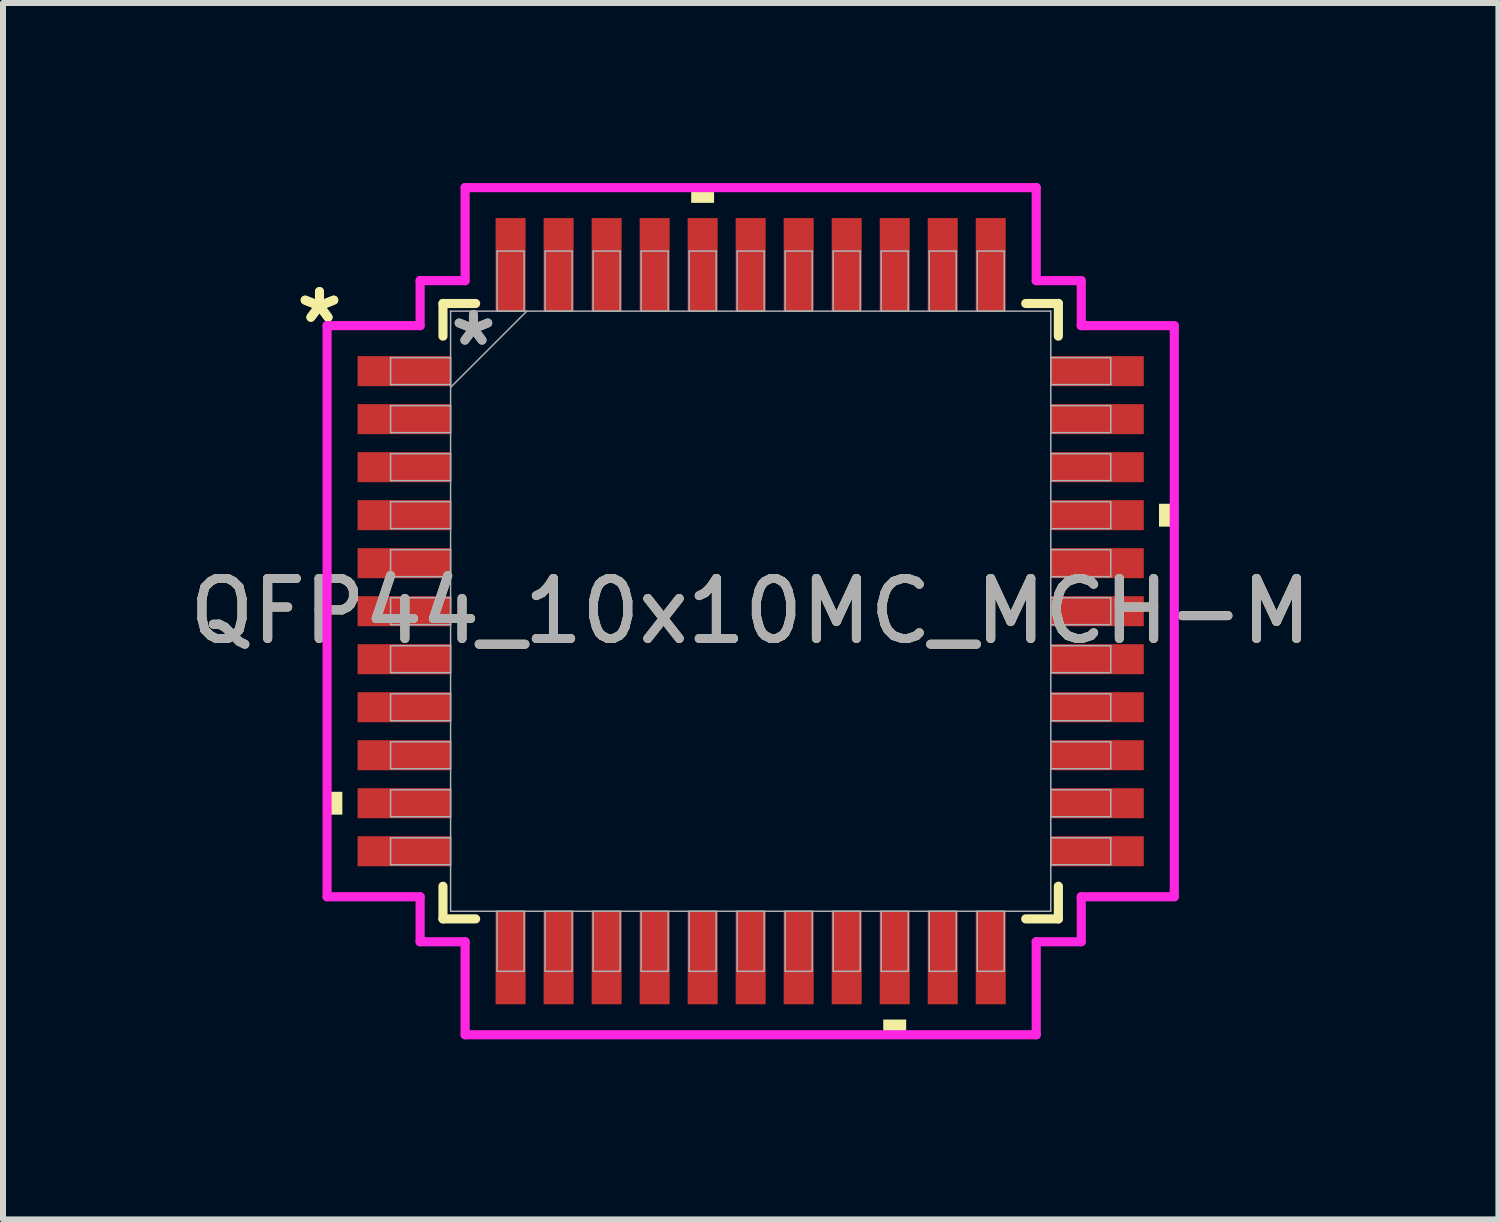
<source format=kicad_pcb>
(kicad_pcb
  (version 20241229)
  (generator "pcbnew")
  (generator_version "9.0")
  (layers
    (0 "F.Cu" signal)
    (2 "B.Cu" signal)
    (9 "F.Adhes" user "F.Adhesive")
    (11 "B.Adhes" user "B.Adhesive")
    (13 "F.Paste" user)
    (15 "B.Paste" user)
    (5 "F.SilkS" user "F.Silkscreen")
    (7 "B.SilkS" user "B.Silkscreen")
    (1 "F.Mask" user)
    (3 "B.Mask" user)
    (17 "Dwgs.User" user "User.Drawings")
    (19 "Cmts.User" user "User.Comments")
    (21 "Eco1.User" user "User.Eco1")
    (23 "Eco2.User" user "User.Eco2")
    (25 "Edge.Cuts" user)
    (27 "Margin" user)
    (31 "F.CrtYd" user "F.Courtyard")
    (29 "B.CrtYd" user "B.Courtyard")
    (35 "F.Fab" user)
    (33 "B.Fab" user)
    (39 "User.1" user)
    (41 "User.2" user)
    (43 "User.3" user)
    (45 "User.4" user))
  (footprint "QFP44_10x10MC_MCH-M"
    (layer "F.Cu")
    (at 9.458 7.134)
    (property "Reference" "QFP44_10x10MC_MCH-M" (at 0 0 0) (unlocked yes) (layer "F.SilkS") (effects (font (size 1 1) (thickness 0.15))))
    (attr smd)
    (fp_line (start -5.127 -5.127) (end -5.127 -4.583) (stroke (width 0.152) (type solid)) (layer "F.SilkS"))
    (fp_line (start -5.127 4.583) (end -5.127 5.127) (stroke (width 0.152) (type solid)) (layer "F.SilkS"))
    (fp_line (start -5.127 5.127) (end -4.583 5.127) (stroke (width 0.152) (type solid)) (layer "F.SilkS"))
    (fp_line (start -4.583 -5.127) (end -5.127 -5.127) (stroke (width 0.152) (type solid)) (layer "F.SilkS"))
    (fp_line (start 4.583 5.127) (end 5.127 5.127) (stroke (width 0.152) (type solid)) (layer "F.SilkS"))
    (fp_line (start 5.127 -5.127) (end 4.583 -5.127) (stroke (width 0.152) (type solid)) (layer "F.SilkS"))
    (fp_line (start 5.127 -4.583) (end 5.127 -5.127) (stroke (width 0.152) (type solid)) (layer "F.SilkS"))
    (fp_line (start 5.127 5.127) (end 5.127 4.583) (stroke (width 0.152) (type solid)) (layer "F.SilkS"))
    (fp_poly (pts (xy -7.058 3.009) (xy -7.058 3.39) (xy -6.804 3.39) (xy -6.804 3.009)) (stroke (width 0) (type solid)) (fill yes) (layer "F.SilkS"))
    (fp_poly (pts (xy -0.991 -6.804) (xy -0.991 -7.058) (xy -0.61 -7.058) (xy -0.61 -6.804)) (stroke (width 0) (type solid)) (fill yes) (layer "F.SilkS"))
    (fp_poly (pts (xy 2.209 6.804) (xy 2.209 7.058) (xy 2.591 7.058) (xy 2.591 6.804)) (stroke (width 0) (type solid)) (fill yes) (layer "F.SilkS"))
    (fp_poly (pts (xy 7.058 -1.79) (xy 7.058 -1.409) (xy 6.804 -1.409) (xy 6.804 -1.79)) (stroke (width 0) (type solid)) (fill yes) (layer "F.SilkS"))
    (fp_line (start -7.058 -4.758) (end -5.508 -4.758) (stroke (width 0.152) (type solid)) (layer "F.CrtYd"))
    (fp_line (start -7.058 4.758) (end -7.058 -4.758) (stroke (width 0.152) (type solid)) (layer "F.CrtYd"))
    (fp_line (start -5.508 -5.508) (end -4.758 -5.508) (stroke (width 0.152) (type solid)) (layer "F.CrtYd"))
    (fp_line (start -5.508 -4.758) (end -5.508 -5.508) (stroke (width 0.152) (type solid)) (layer "F.CrtYd"))
    (fp_line (start -5.508 4.758) (end -7.058 4.758) (stroke (width 0.152) (type solid)) (layer "F.CrtYd"))
    (fp_line (start -5.508 5.508) (end -5.508 4.758) (stroke (width 0.152) (type solid)) (layer "F.CrtYd"))
    (fp_line (start -5.508 5.508) (end -4.758 5.508) (stroke (width 0.152) (type solid)) (layer "F.CrtYd"))
    (fp_line (start -4.758 -7.058) (end 4.758 -7.058) (stroke (width 0.152) (type solid)) (layer "F.CrtYd"))
    (fp_line (start -4.758 -5.508) (end -4.758 -7.058) (stroke (width 0.152) (type solid)) (layer "F.CrtYd"))
    (fp_line (start -4.758 5.508) (end -4.758 7.058) (stroke (width 0.152) (type solid)) (layer "F.CrtYd"))
    (fp_line (start -4.758 7.058) (end 4.758 7.058) (stroke (width 0.152) (type solid)) (layer "F.CrtYd"))
    (fp_line (start 4.758 -7.058) (end 4.758 -5.508) (stroke (width 0.152) (type solid)) (layer "F.CrtYd"))
    (fp_line (start 4.758 -5.508) (end 5.508 -5.508) (stroke (width 0.152) (type solid)) (layer "F.CrtYd"))
    (fp_line (start 4.758 5.508) (end 5.508 5.508) (stroke (width 0.152) (type solid)) (layer "F.CrtYd"))
    (fp_line (start 4.758 7.058) (end 4.758 5.508) (stroke (width 0.152) (type solid)) (layer "F.CrtYd"))
    (fp_line (start 5.508 -4.758) (end 5.508 -5.508) (stroke (width 0.152) (type solid)) (layer "F.CrtYd"))
    (fp_line (start 5.508 4.758) (end 7.058 4.758) (stroke (width 0.152) (type solid)) (layer "F.CrtYd"))
    (fp_line (start 5.508 5.508) (end 5.508 4.758) (stroke (width 0.152) (type solid)) (layer "F.CrtYd"))
    (fp_line (start 7.058 -4.758) (end 5.508 -4.758) (stroke (width 0.152) (type solid)) (layer "F.CrtYd"))
    (fp_line (start 7.058 4.758) (end 7.058 -4.758) (stroke (width 0.152) (type solid)) (layer "F.CrtYd"))
    (fp_line (start -6 -4.225) (end -6 -3.775) (stroke (width 0.025) (type solid)) (layer "F.Fab"))
    (fp_line (start -6 -3.775) (end -5 -3.775) (stroke (width 0.025) (type solid)) (layer "F.Fab"))
    (fp_line (start -6 -3.425) (end -6 -2.975) (stroke (width 0.025) (type solid)) (layer "F.Fab"))
    (fp_line (start -6 -2.975) (end -5 -2.975) (stroke (width 0.025) (type solid)) (layer "F.Fab"))
    (fp_line (start -6 -2.625) (end -6 -2.175) (stroke (width 0.025) (type solid)) (layer "F.Fab"))
    (fp_line (start -6 -2.175) (end -5 -2.175) (stroke (width 0.025) (type solid)) (layer "F.Fab"))
    (fp_line (start -6 -1.825) (end -6 -1.375) (stroke (width 0.025) (type solid)) (layer "F.Fab"))
    (fp_line (start -6 -1.375) (end -5 -1.375) (stroke (width 0.025) (type solid)) (layer "F.Fab"))
    (fp_line (start -6 -1.025) (end -6 -0.575) (stroke (width 0.025) (type solid)) (layer "F.Fab"))
    (fp_line (start -6 -0.575) (end -5 -0.575) (stroke (width 0.025) (type solid)) (layer "F.Fab"))
    (fp_line (start -6 -0.225) (end -6 0.225) (stroke (width 0.025) (type solid)) (layer "F.Fab"))
    (fp_line (start -6 0.225) (end -5 0.225) (stroke (width 0.025) (type solid)) (layer "F.Fab"))
    (fp_line (start -6 0.575) (end -6 1.025) (stroke (width 0.025) (type solid)) (layer "F.Fab"))
    (fp_line (start -6 1.025) (end -5 1.025) (stroke (width 0.025) (type solid)) (layer "F.Fab"))
    (fp_line (start -6 1.375) (end -6 1.825) (stroke (width 0.025) (type solid)) (layer "F.Fab"))
    (fp_line (start -6 1.825) (end -5 1.825) (stroke (width 0.025) (type solid)) (layer "F.Fab"))
    (fp_line (start -6 2.175) (end -6 2.625) (stroke (width 0.025) (type solid)) (layer "F.Fab"))
    (fp_line (start -6 2.625) (end -5 2.625) (stroke (width 0.025) (type solid)) (layer "F.Fab"))
    (fp_line (start -6 2.975) (end -6 3.425) (stroke (width 0.025) (type solid)) (layer "F.Fab"))
    (fp_line (start -6 3.425) (end -5 3.425) (stroke (width 0.025) (type solid)) (layer "F.Fab"))
    (fp_line (start -6 3.775) (end -6 4.225) (stroke (width 0.025) (type solid)) (layer "F.Fab"))
    (fp_line (start -6 4.225) (end -5 4.225) (stroke (width 0.025) (type solid)) (layer "F.Fab"))
    (fp_line (start -5 -5) (end -5 5) (stroke (width 0.025) (type solid)) (layer "F.Fab"))
    (fp_line (start -5 -4.225) (end -6 -4.225) (stroke (width 0.025) (type solid)) (layer "F.Fab"))
    (fp_line (start -5 -3.775) (end -5 -4.225) (stroke (width 0.025) (type solid)) (layer "F.Fab"))
    (fp_line (start -5 -3.73) (end -3.73 -5) (stroke (width 0.025) (type solid)) (layer "F.Fab"))
    (fp_line (start -5 -3.425) (end -6 -3.425) (stroke (width 0.025) (type solid)) (layer "F.Fab"))
    (fp_line (start -5 -2.975) (end -5 -3.425) (stroke (width 0.025) (type solid)) (layer "F.Fab"))
    (fp_line (start -5 -2.625) (end -6 -2.625) (stroke (width 0.025) (type solid)) (layer "F.Fab"))
    (fp_line (start -5 -2.175) (end -5 -2.625) (stroke (width 0.025) (type solid)) (layer "F.Fab"))
    (fp_line (start -5 -1.825) (end -6 -1.825) (stroke (width 0.025) (type solid)) (layer "F.Fab"))
    (fp_line (start -5 -1.375) (end -5 -1.825) (stroke (width 0.025) (type solid)) (layer "F.Fab"))
    (fp_line (start -5 -1.025) (end -6 -1.025) (stroke (width 0.025) (type solid)) (layer "F.Fab"))
    (fp_line (start -5 -0.575) (end -5 -1.025) (stroke (width 0.025) (type solid)) (layer "F.Fab"))
    (fp_line (start -5 -0.225) (end -6 -0.225) (stroke (width 0.025) (type solid)) (layer "F.Fab"))
    (fp_line (start -5 0.225) (end -5 -0.225) (stroke (width 0.025) (type solid)) (layer "F.Fab"))
    (fp_line (start -5 0.575) (end -6 0.575) (stroke (width 0.025) (type solid)) (layer "F.Fab"))
    (fp_line (start -5 1.025) (end -5 0.575) (stroke (width 0.025) (type solid)) (layer "F.Fab"))
    (fp_line (start -5 1.375) (end -6 1.375) (stroke (width 0.025) (type solid)) (layer "F.Fab"))
    (fp_line (start -5 1.825) (end -5 1.375) (stroke (width 0.025) (type solid)) (layer "F.Fab"))
    (fp_line (start -5 2.175) (end -6 2.175) (stroke (width 0.025) (type solid)) (layer "F.Fab"))
    (fp_line (start -5 2.625) (end -5 2.175) (stroke (width 0.025) (type solid)) (layer "F.Fab"))
    (fp_line (start -5 2.975) (end -6 2.975) (stroke (width 0.025) (type solid)) (layer "F.Fab"))
    (fp_line (start -5 3.425) (end -5 2.975) (stroke (width 0.025) (type solid)) (layer "F.Fab"))
    (fp_line (start -5 3.775) (end -6 3.775) (stroke (width 0.025) (type solid)) (layer "F.Fab"))
    (fp_line (start -5 4.225) (end -5 3.775) (stroke (width 0.025) (type solid)) (layer "F.Fab"))
    (fp_line (start -5 5) (end 5 5) (stroke (width 0.025) (type solid)) (layer "F.Fab"))
    (fp_line (start -4.225 5) (end -4.225 6) (stroke (width 0.025) (type solid)) (layer "F.Fab"))
    (fp_line (start -4.225 6) (end -3.775 6) (stroke (width 0.025) (type solid)) (layer "F.Fab"))
    (fp_line (start -4.225 -6) (end -4.225 -5) (stroke (width 0.025) (type solid)) (layer "F.Fab"))
    (fp_line (start -4.225 -5) (end -3.775 -5) (stroke (width 0.025) (type solid)) (layer "F.Fab"))
    (fp_line (start -3.775 5) (end -4.225 5) (stroke (width 0.025) (type solid)) (layer "F.Fab"))
    (fp_line (start -3.775 6) (end -3.775 5) (stroke (width 0.025) (type solid)) (layer "F.Fab"))
    (fp_line (start -3.775 -6) (end -4.225 -6) (stroke (width 0.025) (type solid)) (layer "F.Fab"))
    (fp_line (start -3.775 -5) (end -3.775 -6) (stroke (width 0.025) (type solid)) (layer "F.Fab"))
    (fp_line (start -3.425 -6) (end -3.425 -5) (stroke (width 0.025) (type solid)) (layer "F.Fab"))
    (fp_line (start -3.425 -5) (end -2.975 -5) (stroke (width 0.025) (type solid)) (layer "F.Fab"))
    (fp_line (start -3.425 5) (end -3.425 6) (stroke (width 0.025) (type solid)) (layer "F.Fab"))
    (fp_line (start -3.425 6) (end -2.975 6) (stroke (width 0.025) (type solid)) (layer "F.Fab"))
    (fp_line (start -2.975 5) (end -3.425 5) (stroke (width 0.025) (type solid)) (layer "F.Fab"))
    (fp_line (start -2.975 6) (end -2.975 5) (stroke (width 0.025) (type solid)) (layer "F.Fab"))
    (fp_line (start -2.975 -6) (end -3.425 -6) (stroke (width 0.025) (type solid)) (layer "F.Fab"))
    (fp_line (start -2.975 -5) (end -2.975 -6) (stroke (width 0.025) (type solid)) (layer "F.Fab"))
    (fp_line (start -2.625 -6) (end -2.625 -5) (stroke (width 0.025) (type solid)) (layer "F.Fab"))
    (fp_line (start -2.625 -5) (end -2.175 -5) (stroke (width 0.025) (type solid)) (layer "F.Fab"))
    (fp_line (start -2.625 5) (end -2.625 6) (stroke (width 0.025) (type solid)) (layer "F.Fab"))
    (fp_line (start -2.625 6) (end -2.175 6) (stroke (width 0.025) (type solid)) (layer "F.Fab"))
    (fp_line (start -2.175 -6) (end -2.625 -6) (stroke (width 0.025) (type solid)) (layer "F.Fab"))
    (fp_line (start -2.175 -5) (end -2.175 -6) (stroke (width 0.025) (type solid)) (layer "F.Fab"))
    (fp_line (start -2.175 5) (end -2.625 5) (stroke (width 0.025) (type solid)) (layer "F.Fab"))
    (fp_line (start -2.175 6) (end -2.175 5) (stroke (width 0.025) (type solid)) (layer "F.Fab"))
    (fp_line (start -1.825 -6) (end -1.825 -5) (stroke (width 0.025) (type solid)) (layer "F.Fab"))
    (fp_line (start -1.825 -5) (end -1.375 -5) (stroke (width 0.025) (type solid)) (layer "F.Fab"))
    (fp_line (start -1.825 5) (end -1.825 6) (stroke (width 0.025) (type solid)) (layer "F.Fab"))
    (fp_line (start -1.825 6) (end -1.375 6) (stroke (width 0.025) (type solid)) (layer "F.Fab"))
    (fp_line (start -1.375 -6) (end -1.825 -6) (stroke (width 0.025) (type solid)) (layer "F.Fab"))
    (fp_line (start -1.375 -5) (end -1.375 -6) (stroke (width 0.025) (type solid)) (layer "F.Fab"))
    (fp_line (start -1.375 5) (end -1.825 5) (stroke (width 0.025) (type solid)) (layer "F.Fab"))
    (fp_line (start -1.375 6) (end -1.375 5) (stroke (width 0.025) (type solid)) (layer "F.Fab"))
    (fp_line (start -1.025 -6) (end -1.025 -5) (stroke (width 0.025) (type solid)) (layer "F.Fab"))
    (fp_line (start -1.025 -5) (end -0.575 -5) (stroke (width 0.025) (type solid)) (layer "F.Fab"))
    (fp_line (start -1.025 5) (end -1.025 6) (stroke (width 0.025) (type solid)) (layer "F.Fab"))
    (fp_line (start -1.025 6) (end -0.575 6) (stroke (width 0.025) (type solid)) (layer "F.Fab"))
    (fp_line (start -0.575 -6) (end -1.025 -6) (stroke (width 0.025) (type solid)) (layer "F.Fab"))
    (fp_line (start -0.575 -5) (end -0.575 -6) (stroke (width 0.025) (type solid)) (layer "F.Fab"))
    (fp_line (start -0.575 5) (end -1.025 5) (stroke (width 0.025) (type solid)) (layer "F.Fab"))
    (fp_line (start -0.575 6) (end -0.575 5) (stroke (width 0.025) (type solid)) (layer "F.Fab"))
    (fp_line (start -0.225 -6) (end -0.225 -5) (stroke (width 0.025) (type solid)) (layer "F.Fab"))
    (fp_line (start -0.225 -5) (end 0.225 -5) (stroke (width 0.025) (type solid)) (layer "F.Fab"))
    (fp_line (start -0.225 5) (end -0.225 6) (stroke (width 0.025) (type solid)) (layer "F.Fab"))
    (fp_line (start -0.225 6) (end 0.225 6) (stroke (width 0.025) (type solid)) (layer "F.Fab"))
    (fp_line (start 0.225 -6) (end -0.225 -6) (stroke (width 0.025) (type solid)) (layer "F.Fab"))
    (fp_line (start 0.225 -5) (end 0.225 -6) (stroke (width 0.025) (type solid)) (layer "F.Fab"))
    (fp_line (start 0.225 5) (end -0.225 5) (stroke (width 0.025) (type solid)) (layer "F.Fab"))
    (fp_line (start 0.225 6) (end 0.225 5) (stroke (width 0.025) (type solid)) (layer "F.Fab"))
    (fp_line (start 0.575 -6) (end 0.575 -5) (stroke (width 0.025) (type solid)) (layer "F.Fab"))
    (fp_line (start 0.575 -5) (end 1.025 -5) (stroke (width 0.025) (type solid)) (layer "F.Fab"))
    (fp_line (start 0.575 5) (end 0.575 6) (stroke (width 0.025) (type solid)) (layer "F.Fab"))
    (fp_line (start 0.575 6) (end 1.025 6) (stroke (width 0.025) (type solid)) (layer "F.Fab"))
    (fp_line (start 1.025 -6) (end 0.575 -6) (stroke (width 0.025) (type solid)) (layer "F.Fab"))
    (fp_line (start 1.025 -5) (end 1.025 -6) (stroke (width 0.025) (type solid)) (layer "F.Fab"))
    (fp_line (start 1.025 5) (end 0.575 5) (stroke (width 0.025) (type solid)) (layer "F.Fab"))
    (fp_line (start 1.025 6) (end 1.025 5) (stroke (width 0.025) (type solid)) (layer "F.Fab"))
    (fp_line (start 1.375 -6) (end 1.375 -5) (stroke (width 0.025) (type solid)) (layer "F.Fab"))
    (fp_line (start 1.375 -5) (end 1.825 -5) (stroke (width 0.025) (type solid)) (layer "F.Fab"))
    (fp_line (start 1.375 5) (end 1.375 6) (stroke (width 0.025) (type solid)) (layer "F.Fab"))
    (fp_line (start 1.375 6) (end 1.825 6) (stroke (width 0.025) (type solid)) (layer "F.Fab"))
    (fp_line (start 1.825 -6) (end 1.375 -6) (stroke (width 0.025) (type solid)) (layer "F.Fab"))
    (fp_line (start 1.825 -5) (end 1.825 -6) (stroke (width 0.025) (type solid)) (layer "F.Fab"))
    (fp_line (start 1.825 5) (end 1.375 5) (stroke (width 0.025) (type solid)) (layer "F.Fab"))
    (fp_line (start 1.825 6) (end 1.825 5) (stroke (width 0.025) (type solid)) (layer "F.Fab"))
    (fp_line (start 2.175 -6) (end 2.175 -5) (stroke (width 0.025) (type solid)) (layer "F.Fab"))
    (fp_line (start 2.175 -5) (end 2.625 -5) (stroke (width 0.025) (type solid)) (layer "F.Fab"))
    (fp_line (start 2.175 5) (end 2.175 6) (stroke (width 0.025) (type solid)) (layer "F.Fab"))
    (fp_line (start 2.175 6) (end 2.625 6) (stroke (width 0.025) (type solid)) (layer "F.Fab"))
    (fp_line (start 2.625 -6) (end 2.175 -6) (stroke (width 0.025) (type solid)) (layer "F.Fab"))
    (fp_line (start 2.625 -5) (end 2.625 -6) (stroke (width 0.025) (type solid)) (layer "F.Fab"))
    (fp_line (start 2.625 5) (end 2.175 5) (stroke (width 0.025) (type solid)) (layer "F.Fab"))
    (fp_line (start 2.625 6) (end 2.625 5) (stroke (width 0.025) (type solid)) (layer "F.Fab"))
    (fp_line (start 2.975 5) (end 2.975 6) (stroke (width 0.025) (type solid)) (layer "F.Fab"))
    (fp_line (start 2.975 6) (end 3.425 6) (stroke (width 0.025) (type solid)) (layer "F.Fab"))
    (fp_line (start 2.975 -6) (end 2.975 -5) (stroke (width 0.025) (type solid)) (layer "F.Fab"))
    (fp_line (start 2.975 -5) (end 3.425 -5) (stroke (width 0.025) (type solid)) (layer "F.Fab"))
    (fp_line (start 3.425 -6) (end 2.975 -6) (stroke (width 0.025) (type solid)) (layer "F.Fab"))
    (fp_line (start 3.425 -5) (end 3.425 -6) (stroke (width 0.025) (type solid)) (layer "F.Fab"))
    (fp_line (start 3.425 5) (end 2.975 5) (stroke (width 0.025) (type solid)) (layer "F.Fab"))
    (fp_line (start 3.425 6) (end 3.425 5) (stroke (width 0.025) (type solid)) (layer "F.Fab"))
    (fp_line (start 3.775 5) (end 3.775 6) (stroke (width 0.025) (type solid)) (layer "F.Fab"))
    (fp_line (start 3.775 6) (end 4.225 6) (stroke (width 0.025) (type solid)) (layer "F.Fab"))
    (fp_line (start 3.775 -6) (end 3.775 -5) (stroke (width 0.025) (type solid)) (layer "F.Fab"))
    (fp_line (start 3.775 -5) (end 4.225 -5) (stroke (width 0.025) (type solid)) (layer "F.Fab"))
    (fp_line (start 4.225 5) (end 3.775 5) (stroke (width 0.025) (type solid)) (layer "F.Fab"))
    (fp_line (start 4.225 6) (end 4.225 5) (stroke (width 0.025) (type solid)) (layer "F.Fab"))
    (fp_line (start 4.225 -6) (end 3.775 -6) (stroke (width 0.025) (type solid)) (layer "F.Fab"))
    (fp_line (start 4.225 -5) (end 4.225 -6) (stroke (width 0.025) (type solid)) (layer "F.Fab"))
    (fp_line (start 5 -5) (end -5 -5) (stroke (width 0.025) (type solid)) (layer "F.Fab"))
    (fp_line (start 5 -4.225) (end 5 -3.775) (stroke (width 0.025) (type solid)) (layer "F.Fab"))
    (fp_line (start 5 -3.775) (end 6 -3.775) (stroke (width 0.025) (type solid)) (layer "F.Fab"))
    (fp_line (start 5 -3.425) (end 5 -2.975) (stroke (width 0.025) (type solid)) (layer "F.Fab"))
    (fp_line (start 5 -2.975) (end 6 -2.975) (stroke (width 0.025) (type solid)) (layer "F.Fab"))
    (fp_line (start 5 -2.625) (end 5 -2.175) (stroke (width 0.025) (type solid)) (layer "F.Fab"))
    (fp_line (start 5 -2.175) (end 6 -2.175) (stroke (width 0.025) (type solid)) (layer "F.Fab"))
    (fp_line (start 5 -1.825) (end 5 -1.375) (stroke (width 0.025) (type solid)) (layer "F.Fab"))
    (fp_line (start 5 -1.375) (end 6 -1.375) (stroke (width 0.025) (type solid)) (layer "F.Fab"))
    (fp_line (start 5 -1.025) (end 5 -0.575) (stroke (width 0.025) (type solid)) (layer "F.Fab"))
    (fp_line (start 5 -0.575) (end 6 -0.575) (stroke (width 0.025) (type solid)) (layer "F.Fab"))
    (fp_line (start 5 -0.225) (end 5 0.225) (stroke (width 0.025) (type solid)) (layer "F.Fab"))
    (fp_line (start 5 0.225) (end 6 0.225) (stroke (width 0.025) (type solid)) (layer "F.Fab"))
    (fp_line (start 5 0.575) (end 5 1.025) (stroke (width 0.025) (type solid)) (layer "F.Fab"))
    (fp_line (start 5 1.025) (end 6 1.025) (stroke (width 0.025) (type solid)) (layer "F.Fab"))
    (fp_line (start 5 1.375) (end 5 1.825) (stroke (width 0.025) (type solid)) (layer "F.Fab"))
    (fp_line (start 5 1.825) (end 6 1.825) (stroke (width 0.025) (type solid)) (layer "F.Fab"))
    (fp_line (start 5 2.175) (end 5 2.625) (stroke (width 0.025) (type solid)) (layer "F.Fab"))
    (fp_line (start 5 2.625) (end 6 2.625) (stroke (width 0.025) (type solid)) (layer "F.Fab"))
    (fp_line (start 5 2.975) (end 5 3.425) (stroke (width 0.025) (type solid)) (layer "F.Fab"))
    (fp_line (start 5 3.425) (end 6 3.425) (stroke (width 0.025) (type solid)) (layer "F.Fab"))
    (fp_line (start 5 3.775) (end 5 4.225) (stroke (width 0.025) (type solid)) (layer "F.Fab"))
    (fp_line (start 5 4.225) (end 6 4.225) (stroke (width 0.025) (type solid)) (layer "F.Fab"))
    (fp_line (start 5 5) (end 5 -5) (stroke (width 0.025) (type solid)) (layer "F.Fab"))
    (fp_line (start 6 -4.225) (end 5 -4.225) (stroke (width 0.025) (type solid)) (layer "F.Fab"))
    (fp_line (start 6 -3.775) (end 6 -4.225) (stroke (width 0.025) (type solid)) (layer "F.Fab"))
    (fp_line (start 6 -3.425) (end 5 -3.425) (stroke (width 0.025) (type solid)) (layer "F.Fab"))
    (fp_line (start 6 -2.975) (end 6 -3.425) (stroke (width 0.025) (type solid)) (layer "F.Fab"))
    (fp_line (start 6 -2.625) (end 5 -2.625) (stroke (width 0.025) (type solid)) (layer "F.Fab"))
    (fp_line (start 6 -2.175) (end 6 -2.625) (stroke (width 0.025) (type solid)) (layer "F.Fab"))
    (fp_line (start 6 -1.825) (end 5 -1.825) (stroke (width 0.025) (type solid)) (layer "F.Fab"))
    (fp_line (start 6 -1.375) (end 6 -1.825) (stroke (width 0.025) (type solid)) (layer "F.Fab"))
    (fp_line (start 6 -1.025) (end 5 -1.025) (stroke (width 0.025) (type solid)) (layer "F.Fab"))
    (fp_line (start 6 -0.575) (end 6 -1.025) (stroke (width 0.025) (type solid)) (layer "F.Fab"))
    (fp_line (start 6 -0.225) (end 5 -0.225) (stroke (width 0.025) (type solid)) (layer "F.Fab"))
    (fp_line (start 6 0.225) (end 6 -0.225) (stroke (width 0.025) (type solid)) (layer "F.Fab"))
    (fp_line (start 6 0.575) (end 5 0.575) (stroke (width 0.025) (type solid)) (layer "F.Fab"))
    (fp_line (start 6 1.025) (end 6 0.575) (stroke (width 0.025) (type solid)) (layer "F.Fab"))
    (fp_line (start 6 1.375) (end 5 1.375) (stroke (width 0.025) (type solid)) (layer "F.Fab"))
    (fp_line (start 6 1.825) (end 6 1.375) (stroke (width 0.025) (type solid)) (layer "F.Fab"))
    (fp_line (start 6 2.175) (end 5 2.175) (stroke (width 0.025) (type solid)) (layer "F.Fab"))
    (fp_line (start 6 2.625) (end 6 2.175) (stroke (width 0.025) (type solid)) (layer "F.Fab"))
    (fp_line (start 6 2.975) (end 5 2.975) (stroke (width 0.025) (type solid)) (layer "F.Fab"))
    (fp_line (start 6 3.425) (end 6 2.975) (stroke (width 0.025) (type solid)) (layer "F.Fab"))
    (fp_line (start 6 3.775) (end 5 3.775) (stroke (width 0.025) (type solid)) (layer "F.Fab"))
    (fp_line (start 6 4.225) (end 6 3.775) (stroke (width 0.025) (type solid)) (layer "F.Fab"))
    (fp_text user "*" (at -7.185 -4.781 0) (unlocked yes) (layer "F.SilkS") (effects (font (size 1 1) (thickness 0.15))))
    (fp_text user "*" (at -7.185 -4.781 0) (layer "F.SilkS") (effects (font (size 1 1) (thickness 0.15))))
    (fp_text user "*" (at -4.619 -4.4 0) (unlocked yes) (layer "F.Fab") (effects (font (size 1 1) (thickness 0.15))))
    (fp_text user "*" (at -4.619 -4.4 0) (layer "F.Fab") (effects (font (size 1 1) (thickness 0.15))))
    (fp_text user "${REFERENCE}" (at 0 0 0) (unlocked yes) (layer "F.Fab") (effects (font (size 1 1) (thickness 0.15))))
    (pad "1" smd rect (at -5.775 -4 90) (size 0.5 1.55) (layers "F.Cu" "F.Mask" "F.Paste"))
    (pad "2" smd rect (at -5.775 -3.2 90) (size 0.5 1.55) (layers "F.Cu" "F.Mask" "F.Paste"))
    (pad "3" smd rect (at -5.775 -2.4 90) (size 0.5 1.55) (layers "F.Cu" "F.Mask" "F.Paste"))
    (pad "4" smd rect (at -5.775 -1.6 90) (size 0.5 1.55) (layers "F.Cu" "F.Mask" "F.Paste"))
    (pad "5" smd rect (at -5.775 -0.8 90) (size 0.5 1.55) (layers "F.Cu" "F.Mask" "F.Paste"))
    (pad "6" smd rect (at -5.775 0 90) (size 0.5 1.55) (layers "F.Cu" "F.Mask" "F.Paste"))
    (pad "7" smd rect (at -5.775 0.8 90) (size 0.5 1.55) (layers "F.Cu" "F.Mask" "F.Paste"))
    (pad "8" smd rect (at -5.775 1.6 90) (size 0.5 1.55) (layers "F.Cu" "F.Mask" "F.Paste"))
    (pad "9" smd rect (at -5.775 2.4 90) (size 0.5 1.55) (layers "F.Cu" "F.Mask" "F.Paste"))
    (pad "10" smd rect (at -5.775 3.2 90) (size 0.5 1.55) (layers "F.Cu" "F.Mask" "F.Paste"))
    (pad "11" smd rect (at -5.775 4 90) (size 0.5 1.55) (layers "F.Cu" "F.Mask" "F.Paste"))
    (pad "12" smd rect (at -4 5.775) (size 0.5 1.55) (layers "F.Cu" "F.Mask" "F.Paste"))
    (pad "13" smd rect (at -3.2 5.775) (size 0.5 1.55) (layers "F.Cu" "F.Mask" "F.Paste"))
    (pad "14" smd rect (at -2.4 5.775) (size 0.5 1.55) (layers "F.Cu" "F.Mask" "F.Paste"))
    (pad "15" smd rect (at -1.6 5.775) (size 0.5 1.55) (layers "F.Cu" "F.Mask" "F.Paste"))
    (pad "16" smd rect (at -0.8 5.775) (size 0.5 1.55) (layers "F.Cu" "F.Mask" "F.Paste"))
    (pad "17" smd rect (at 0 5.775) (size 0.5 1.55) (layers "F.Cu" "F.Mask" "F.Paste"))
    (pad "18" smd rect (at 0.8 5.775) (size 0.5 1.55) (layers "F.Cu" "F.Mask" "F.Paste"))
    (pad "19" smd rect (at 1.6 5.775) (size 0.5 1.55) (layers "F.Cu" "F.Mask" "F.Paste"))
    (pad "20" smd rect (at 2.4 5.775) (size 0.5 1.55) (layers "F.Cu" "F.Mask" "F.Paste"))
    (pad "21" smd rect (at 3.2 5.775) (size 0.5 1.55) (layers "F.Cu" "F.Mask" "F.Paste"))
    (pad "22" smd rect (at 4 5.775) (size 0.5 1.55) (layers "F.Cu" "F.Mask" "F.Paste"))
    (pad "23" smd rect (at 5.775 4 90) (size 0.5 1.55) (layers "F.Cu" "F.Mask" "F.Paste"))
    (pad "24" smd rect (at 5.775 3.2 90) (size 0.5 1.55) (layers "F.Cu" "F.Mask" "F.Paste"))
    (pad "25" smd rect (at 5.775 2.4 90) (size 0.5 1.55) (layers "F.Cu" "F.Mask" "F.Paste"))
    (pad "26" smd rect (at 5.775 1.6 90) (size 0.5 1.55) (layers "F.Cu" "F.Mask" "F.Paste"))
    (pad "27" smd rect (at 5.775 0.8 90) (size 0.5 1.55) (layers "F.Cu" "F.Mask" "F.Paste"))
    (pad "28" smd rect (at 5.775 0 90) (size 0.5 1.55) (layers "F.Cu" "F.Mask" "F.Paste"))
    (pad "29" smd rect (at 5.775 -0.8 90) (size 0.5 1.55) (layers "F.Cu" "F.Mask" "F.Paste"))
    (pad "30" smd rect (at 5.775 -1.6 90) (size 0.5 1.55) (layers "F.Cu" "F.Mask" "F.Paste"))
    (pad "31" smd rect (at 5.775 -2.4 90) (size 0.5 1.55) (layers "F.Cu" "F.Mask" "F.Paste"))
    (pad "32" smd rect (at 5.775 -3.2 90) (size 0.5 1.55) (layers "F.Cu" "F.Mask" "F.Paste"))
    (pad "33" smd rect (at 5.775 -4 90) (size 0.5 1.55) (layers "F.Cu" "F.Mask" "F.Paste"))
    (pad "34" smd rect (at 4 -5.775) (size 0.5 1.55) (layers "F.Cu" "F.Mask" "F.Paste"))
    (pad "35" smd rect (at 3.2 -5.775) (size 0.5 1.55) (layers "F.Cu" "F.Mask" "F.Paste"))
    (pad "36" smd rect (at 2.4 -5.775) (size 0.5 1.55) (layers "F.Cu" "F.Mask" "F.Paste"))
    (pad "37" smd rect (at 1.6 -5.775) (size 0.5 1.55) (layers "F.Cu" "F.Mask" "F.Paste"))
    (pad "38" smd rect (at 0.8 -5.775) (size 0.5 1.55) (layers "F.Cu" "F.Mask" "F.Paste"))
    (pad "39" smd rect (at 0 -5.775) (size 0.5 1.55) (layers "F.Cu" "F.Mask" "F.Paste"))
    (pad "40" smd rect (at -0.8 -5.775) (size 0.5 1.55) (layers "F.Cu" "F.Mask" "F.Paste"))
    (pad "41" smd rect (at -1.6 -5.775) (size 0.5 1.55) (layers "F.Cu" "F.Mask" "F.Paste"))
    (pad "42" smd rect (at -2.4 -5.775) (size 0.5 1.55) (layers "F.Cu" "F.Mask" "F.Paste"))
    (pad "43" smd rect (at -3.2 -5.775) (size 0.5 1.55) (layers "F.Cu" "F.Mask" "F.Paste"))
    (pad "44" smd rect (at -4 -5.775) (size 0.5 1.55) (layers "F.Cu" "F.Mask" "F.Paste")))
  (gr_rect
    (start -3 -3)
    (end 21.917 17.268)
    (stroke (width 0.1) (type default))
    (fill no)
    (layer "Edge.Cuts")))
</source>
